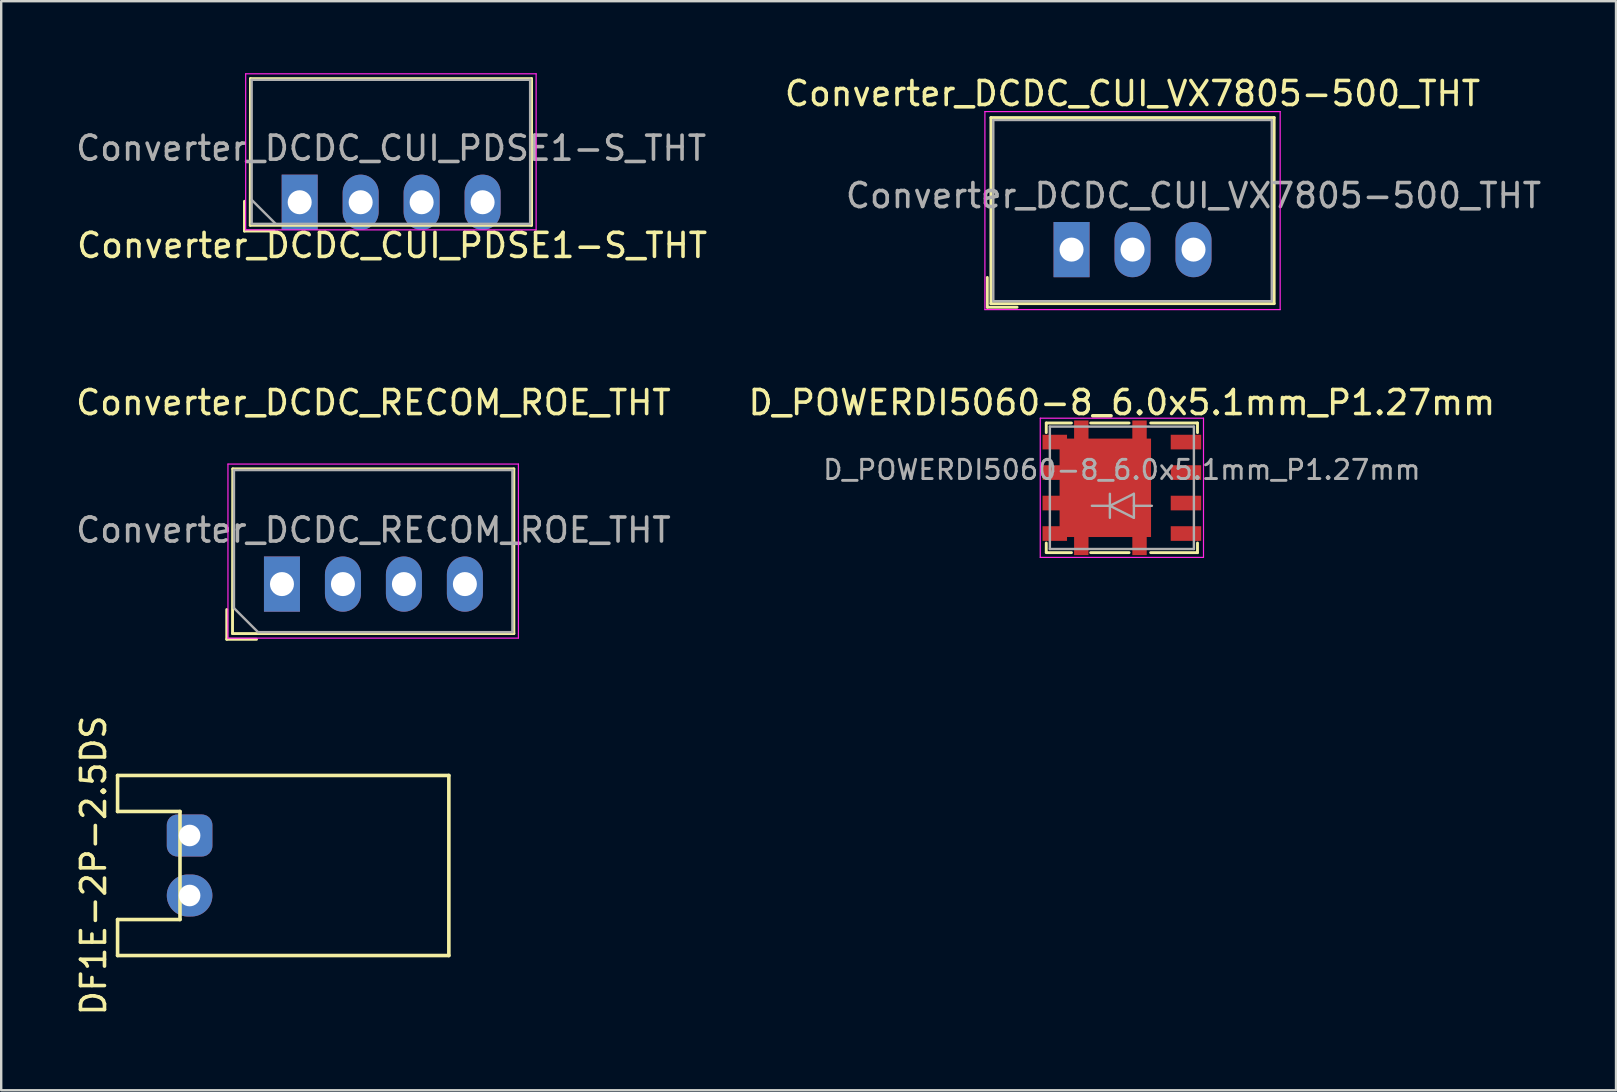
<source format=kicad_pcb>
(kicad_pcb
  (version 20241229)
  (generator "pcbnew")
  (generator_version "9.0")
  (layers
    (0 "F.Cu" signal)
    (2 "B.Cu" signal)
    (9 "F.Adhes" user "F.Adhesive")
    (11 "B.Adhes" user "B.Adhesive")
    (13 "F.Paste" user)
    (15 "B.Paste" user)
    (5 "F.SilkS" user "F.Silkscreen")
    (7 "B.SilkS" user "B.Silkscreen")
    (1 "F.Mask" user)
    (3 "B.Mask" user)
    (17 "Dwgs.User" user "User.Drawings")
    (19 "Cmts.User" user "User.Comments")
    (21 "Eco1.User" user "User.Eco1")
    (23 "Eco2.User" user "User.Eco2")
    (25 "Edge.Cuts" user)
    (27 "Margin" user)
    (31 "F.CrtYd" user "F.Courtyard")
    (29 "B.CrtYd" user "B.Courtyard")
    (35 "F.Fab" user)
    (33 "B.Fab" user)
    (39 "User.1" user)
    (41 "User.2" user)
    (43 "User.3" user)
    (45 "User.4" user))
  (footprint "Converter_DCDC_CUI_VX7805-500_THT"
    (layer "F.Cu")
    (at 44.129 7.348)
    (property "Reference" "Converter_DCDC_CUI_VX7805-500_THT" (at 0 -6.5 0) (layer "F.SilkS") (effects (font (size 1 1) (thickness 0.15))))
    (attr through_hole)
    (fp_line (start -6.05 1.16) (end -6.05 2.4) (stroke (width 0.12) (type solid)) (layer "F.SilkS"))
    (fp_line (start -6.05 2.4) (end -4.81 2.4) (stroke (width 0.12) (type solid)) (layer "F.SilkS"))
    (fp_line (start -5.9 -5.5) (end -5.9 2.25) (stroke (width 0.12) (type solid)) (layer "F.SilkS"))
    (fp_line (start -5.9 -5.5) (end 5.9 -5.5) (stroke (width 0.12) (type solid)) (layer "F.SilkS"))
    (fp_line (start -5.9 2.25) (end 5.9 2.25) (stroke (width 0.12) (type solid)) (layer "F.SilkS"))
    (fp_line (start 5.9 -5.5) (end 5.9 2.25) (stroke (width 0.12) (type solid)) (layer "F.SilkS"))
    (fp_line (start -6.15 -5.75) (end -6.15 2.5) (stroke (width 0.05) (type solid)) (layer "F.CrtYd"))
    (fp_line (start -6.15 -5.75) (end 6.15 -5.75) (stroke (width 0.05) (type solid)) (layer "F.CrtYd"))
    (fp_line (start -6.15 2.5) (end 6.15 2.5) (stroke (width 0.05) (type solid)) (layer "F.CrtYd"))
    (fp_line (start 6.15 2.5) (end 6.15 -5.75) (stroke (width 0.05) (type solid)) (layer "F.CrtYd"))
    (fp_line (start -5.8 -5.4) (end 5.8 -5.4) (stroke (width 0.1) (type solid)) (layer "F.Fab"))
    (fp_line (start -5.8 2.15) (end -5.8 -5.4) (stroke (width 0.1) (type solid)) (layer "F.Fab"))
    (fp_line (start -5.8 2.15) (end 5.8 2.15) (stroke (width 0.1) (type solid)) (layer "F.Fab"))
    (fp_line (start 5.8 -5.4) (end 5.8 2.15) (stroke (width 0.1) (type solid)) (layer "F.Fab"))
    (fp_text user "${REFERENCE}" (at 2.54 -2.25 0) (layer "F.Fab") (effects (font (size 1 1) (thickness 0.15))))
    (pad "1" thru_hole rect (at -2.54 0) (size 1.5 2.3) (drill 1) (layers "*.Cu" "*.Mask"))
    (pad "2" thru_hole oval (at 0 0) (size 1.5 2.3) (drill 1) (layers "*.Cu" "*.Mask"))
    (pad "3" thru_hole oval (at 2.54 0) (size 1.5 2.3) (drill 1) (layers "*.Cu" "*.Mask")))
  (footprint "DF1E-2P-2.5DS"
    (layer "F.Cu")
    (at 4.848 33.005)
    (property "Reference" "DF1E-2P-2.5DS" (at -4 0 90) (layer "F.SilkS") (effects (font (size 1 1) (thickness 0.15))))
    (attr through_hole)
    (fp_line (start -3 -2.25) (end -3 -3.75) (stroke (width 0.15) (type solid)) (layer "F.SilkS"))
    (fp_line (start -3 3.75) (end -3 2.25) (stroke (width 0.15) (type solid)) (layer "F.SilkS"))
    (fp_line (start -0.4 -2.25) (end -3 -2.25) (stroke (width 0.15) (type solid)) (layer "F.SilkS"))
    (fp_line (start -0.4 2.25) (end -3 2.25) (stroke (width 0.15) (type solid)) (layer "F.SilkS"))
    (fp_line (start -0.4 2.25) (end -0.4 -2.25) (stroke (width 0.15) (type solid)) (layer "F.SilkS"))
    (fp_line (start 10.8 -3.75) (end -3 -3.75) (stroke (width 0.15) (type solid)) (layer "F.SilkS"))
    (fp_line (start 10.8 3.75) (end -3 3.75) (stroke (width 0.15) (type solid)) (layer "F.SilkS"))
    (fp_line (start 10.8 3.75) (end 10.8 -3.75) (stroke (width 0.15) (type solid)) (layer "F.SilkS"))
    (pad "1" thru_hole roundrect (at 0 -1.25 180) (size 1.9 1.75) (drill 0.9) (layers "*.Cu" "*.Mask") (roundrect_rratio 0.25))
    (pad "2" thru_hole oval (at 0 1.25 180) (size 1.9 1.75) (drill 0.9) (layers "*.Cu" "*.Mask")))
  (footprint "Converter_DCDC_CUI_PDSE1-S_THT"
    (layer "F.Cu")
    (at 9.434 5.375)
    (property "Reference" "Converter_DCDC_CUI_PDSE1-S_THT" (at 3.85 1.8 180) (layer "F.SilkS") (effects (font (size 1 1) (thickness 0.15))))
    (attr through_hole)
    (fp_line (start -2.3 -0.04) (end -2.3 1.2) (stroke (width 0.12) (type solid)) (layer "F.SilkS"))
    (fp_line (start -2.3 1.2) (end -1.06 1.2) (stroke (width 0.12) (type solid)) (layer "F.SilkS"))
    (fp_line (start -2.06 0.96) (end 9.66 0.96) (stroke (width 0.12) (type solid)) (layer "F.SilkS"))
    (fp_line (start -2.05 -5.15) (end -2.06 0.96) (stroke (width 0.12) (type solid)) (layer "F.SilkS"))
    (fp_line (start -2.05 -5.15) (end 9.66 -5.15) (stroke (width 0.12) (type solid)) (layer "F.SilkS"))
    (fp_line (start 9.66 -5.15) (end 9.66 0.96) (stroke (width 0.12) (type solid)) (layer "F.SilkS"))
    (fp_line (start -2.25 -5.35) (end -2.25 1.15) (stroke (width 0.05) (type solid)) (layer "F.CrtYd"))
    (fp_line (start -2.25 1.15) (end 9.85 1.15) (stroke (width 0.05) (type solid)) (layer "F.CrtYd"))
    (fp_line (start 9.85 -5.35) (end -2.25 -5.35) (stroke (width 0.05) (type solid)) (layer "F.CrtYd"))
    (fp_line (start 9.85 1.15) (end 9.85 -5.35) (stroke (width 0.05) (type solid)) (layer "F.CrtYd"))
    (fp_line (start -2 -5.1) (end 9.6 -5.1) (stroke (width 0.1) (type solid)) (layer "F.Fab"))
    (fp_line (start -2 0.9) (end -2 -5.1) (stroke (width 0.1) (type solid)) (layer "F.Fab"))
    (fp_line (start -1 0.9) (end -2 -0.1) (stroke (width 0.1) (type solid)) (layer "F.Fab"))
    (fp_line (start 9.6 -5.1) (end 9.6 0.9) (stroke (width 0.1) (type solid)) (layer "F.Fab"))
    (fp_line (start 9.6 0.9) (end -2 0.9) (stroke (width 0.1) (type solid)) (layer "F.Fab"))
    (fp_text user "${REFERENCE}" (at 3.81 -2.25 0) (layer "F.Fab") (effects (font (size 1 1) (thickness 0.15))))
    (pad "1" thru_hole rect (at 0 0) (size 1.5 2.3) (drill 1) (layers "*.Cu" "*.Mask"))
    (pad "2" thru_hole oval (at 2.54 0) (size 1.5 2.3) (drill 1) (layers "*.Cu" "*.Mask"))
    (pad "3" thru_hole oval (at 5.08 0) (size 1.5 2.3) (drill 1) (layers "*.Cu" "*.Mask"))
    (pad "4" thru_hole oval (at 7.62 0) (size 1.5 2.3) (drill 1) (layers "*.Cu" "*.Mask")))
  (footprint "D_POWERDI5060-8_6.0x5.1mm_P1.27mm"
    (layer "F.Cu")
    (at 43.685 17.271)
    (property "Reference" "D_POWERDI5060-8_6.0x5.1mm_P1.27mm" (at 0 -3.55 0) (layer "F.SilkS") (effects (font (size 1 1) (thickness 0.15))))
    (attr smd)
    (fp_line (start -3.15 -2.7) (end -3.15 -2.3) (stroke (width 0.12) (type solid)) (layer "F.SilkS"))
    (fp_line (start -3.15 -2.7) (end -2.1 -2.7) (stroke (width 0.12) (type solid)) (layer "F.SilkS"))
    (fp_line (start -3.15 2.68) (end -3.15 2.3) (stroke (width 0.12) (type solid)) (layer "F.SilkS"))
    (fp_line (start -3.15 2.7) (end -2.1 2.7) (stroke (width 0.12) (type solid)) (layer "F.SilkS"))
    (fp_line (start -1.3 -2.7) (end 0.3 -2.7) (stroke (width 0.12) (type solid)) (layer "F.SilkS"))
    (fp_line (start -1.3 2.7) (end 0.3 2.7) (stroke (width 0.12) (type solid)) (layer "F.SilkS"))
    (fp_line (start 1.2 -2.7) (end 3.15 -2.7) (stroke (width 0.12) (type solid)) (layer "F.SilkS"))
    (fp_line (start 1.2 2.7) (end 3.15 2.7) (stroke (width 0.12) (type solid)) (layer "F.SilkS"))
    (fp_line (start 3.15 -2.7) (end 3.15 -2.3) (stroke (width 0.12) (type solid)) (layer "F.SilkS"))
    (fp_line (start 3.15 2.7) (end 3.15 2.3) (stroke (width 0.12) (type solid)) (layer "F.SilkS"))
    (fp_line (start -3.4 -2.9) (end 3.4 -2.9) (stroke (width 0.05) (type solid)) (layer "F.CrtYd"))
    (fp_line (start -3.4 2.9) (end -3.4 -2.9) (stroke (width 0.05) (type solid)) (layer "F.CrtYd"))
    (fp_line (start -3.4 2.9) (end 3.4 2.9) (stroke (width 0.05) (type solid)) (layer "F.CrtYd"))
    (fp_line (start 3.4 2.9) (end 3.4 -2.9) (stroke (width 0.05) (type solid)) (layer "F.CrtYd"))
    (fp_line (start -3 -2.55) (end 3 -2.55) (stroke (width 0.1) (type solid)) (layer "F.Fab"))
    (fp_line (start -3 2.55) (end -3 -2.55) (stroke (width 0.1) (type solid)) (layer "F.Fab"))
    (fp_line (start -0.5 0.25) (end -0.5 1.25) (stroke (width 0.1) (type solid)) (layer "F.Fab"))
    (fp_line (start -0.5 0.75) (end -1.25 0.75) (stroke (width 0.1) (type solid)) (layer "F.Fab"))
    (fp_line (start -0.5 0.75) (end 0.5 0.25) (stroke (width 0.1) (type solid)) (layer "F.Fab"))
    (fp_line (start 0.5 0.25) (end 0.5 1.25) (stroke (width 0.1) (type solid)) (layer "F.Fab"))
    (fp_line (start 0.5 0.75) (end 1.25 0.75) (stroke (width 0.1) (type solid)) (layer "F.Fab"))
    (fp_line (start 0.5 1.25) (end -0.5 0.75) (stroke (width 0.1) (type solid)) (layer "F.Fab"))
    (fp_line (start 3 -2.55) (end 3 2.55) (stroke (width 0.1) (type solid)) (layer "F.Fab"))
    (fp_line (start 3 2.55) (end -3 2.55) (stroke (width 0.1) (type solid)) (layer "F.Fab"))
    (fp_text user "${REFERENCE}" (at 0 -0.75 0) (layer "F.Fab") (effects (font (size 0.8 0.8) (thickness 0.12))))
    (pad "1" smd custom (at 0 0) (size 1 1) (layers "F.Cu" "F.Mask" "F.Paste") (options (anchor rect)) (primitives (gr_poly (pts (xy 1.215 -2.05) (xy 1.215 2.05) (xy 1.035 2.05) (xy 1.035 2.805) (xy 0.435 2.805) (xy 0.435 2.05) (xy -1.39 2.05) (xy -1.39 2.805) (xy -1.99 2.805) (xy -1.99 2.05) (xy -2.285 2.05) (xy -2.285 2.21) (xy -3.305 2.21) (xy -3.305 1.6) (xy -2.595 1.6) (xy -2.595 0.94) (xy -3.305 0.94) (xy -3.305 0.33) (xy -2.595 0.33) (xy -2.595 -0.33) (xy -3.305 -0.33) (xy -3.305 -0.94) (xy -2.595 -0.94) (xy -2.595 -1.6) (xy -3.305 -1.6) (xy -3.305 -2.21) (xy -2.285 -2.21) (xy -2.285 -2.05) (xy -1.99 -2.05) (xy -1.99 -2.805) (xy -1.39 -2.805) (xy -1.39 -2.05) (xy 0.435 -2.05) (xy 0.435 -2.805) (xy 1.035 -2.805) (xy 1.035 -2.05)) (width 0) (fill yes))))
    (pad "2" smd rect (at 2.67 -1.905) (size 1.27 0.61) (layers "F.Cu" "F.Mask" "F.Paste"))
    (pad "2" smd rect (at 2.67 -0.635) (size 1.27 0.61) (layers "F.Cu" "F.Mask" "F.Paste"))
    (pad "2" smd rect (at 2.67 0.635) (size 1.27 0.61) (layers "F.Cu" "F.Mask" "F.Paste"))
    (pad "2" smd rect (at 2.67 1.905) (size 1.27 0.61) (layers "F.Cu" "F.Mask" "F.Paste")))
  (footprint "Converter_DCDC_RECOM_ROE_THT"
    (layer "F.Cu")
    (at 8.696 21.282)
    (property "Reference" "Converter_DCDC_RECOM_ROE_THT" (at 3.81 -7.56 0) (layer "F.SilkS") (effects (font (size 1 1) (thickness 0.15))))
    (attr through_hole)
    (fp_line (start -2.3 1.06) (end -2.3 2.3) (stroke (width 0.12) (type solid)) (layer "F.SilkS"))
    (fp_line (start -2.3 2.3) (end -1.06 2.3) (stroke (width 0.12) (type solid)) (layer "F.SilkS"))
    (fp_line (start -2.06 2.06) (end 9.66 2.06) (stroke (width 0.12) (type solid)) (layer "F.SilkS"))
    (fp_line (start -2.05 -4.8) (end -2.06 2.06) (stroke (width 0.12) (type solid)) (layer "F.SilkS"))
    (fp_line (start -2.05 -4.8) (end 9.66 -4.8) (stroke (width 0.12) (type solid)) (layer "F.SilkS"))
    (fp_line (start 9.66 -4.8) (end 9.66 2.06) (stroke (width 0.12) (type solid)) (layer "F.SilkS"))
    (fp_line (start -2.25 -5) (end -2.25 2.25) (stroke (width 0.05) (type solid)) (layer "F.CrtYd"))
    (fp_line (start -2.25 2.25) (end 9.85 2.25) (stroke (width 0.05) (type solid)) (layer "F.CrtYd"))
    (fp_line (start 9.85 -5) (end -2.25 -5) (stroke (width 0.05) (type solid)) (layer "F.CrtYd"))
    (fp_line (start 9.85 2.25) (end 9.85 -5) (stroke (width 0.05) (type solid)) (layer "F.CrtYd"))
    (fp_line (start -2 -4.75) (end 9.6 -4.75) (stroke (width 0.1) (type solid)) (layer "F.Fab"))
    (fp_line (start -2 1) (end -2 -4.75) (stroke (width 0.1) (type solid)) (layer "F.Fab"))
    (fp_line (start -1 2) (end -2 1) (stroke (width 0.1) (type solid)) (layer "F.Fab"))
    (fp_line (start 9.6 -4.75) (end 9.6 2) (stroke (width 0.1) (type solid)) (layer "F.Fab"))
    (fp_line (start 9.6 2) (end -1 2) (stroke (width 0.1) (type solid)) (layer "F.Fab"))
    (fp_text user "${REFERENCE}" (at 3.81 -2.25 0) (layer "F.Fab") (effects (font (size 1 1) (thickness 0.15))))
    (pad "1" thru_hole rect (at 0 0) (size 1.5 2.3) (drill 1) (layers "*.Cu" "*.Mask"))
    (pad "2" thru_hole oval (at 2.54 0) (size 1.5 2.3) (drill 1) (layers "*.Cu" "*.Mask"))
    (pad "3" thru_hole oval (at 5.08 0) (size 1.5 2.3) (drill 1) (layers "*.Cu" "*.Mask"))
    (pad "4" thru_hole oval (at 7.62 0) (size 1.5 2.3) (drill 1) (layers "*.Cu" "*.Mask")))
  (gr_rect
    (start -3 -3)
    (end 64.27 42.368)
    (stroke (width 0.1) (type default))
    (fill no)
    (layer "Edge.Cuts")))
</source>
